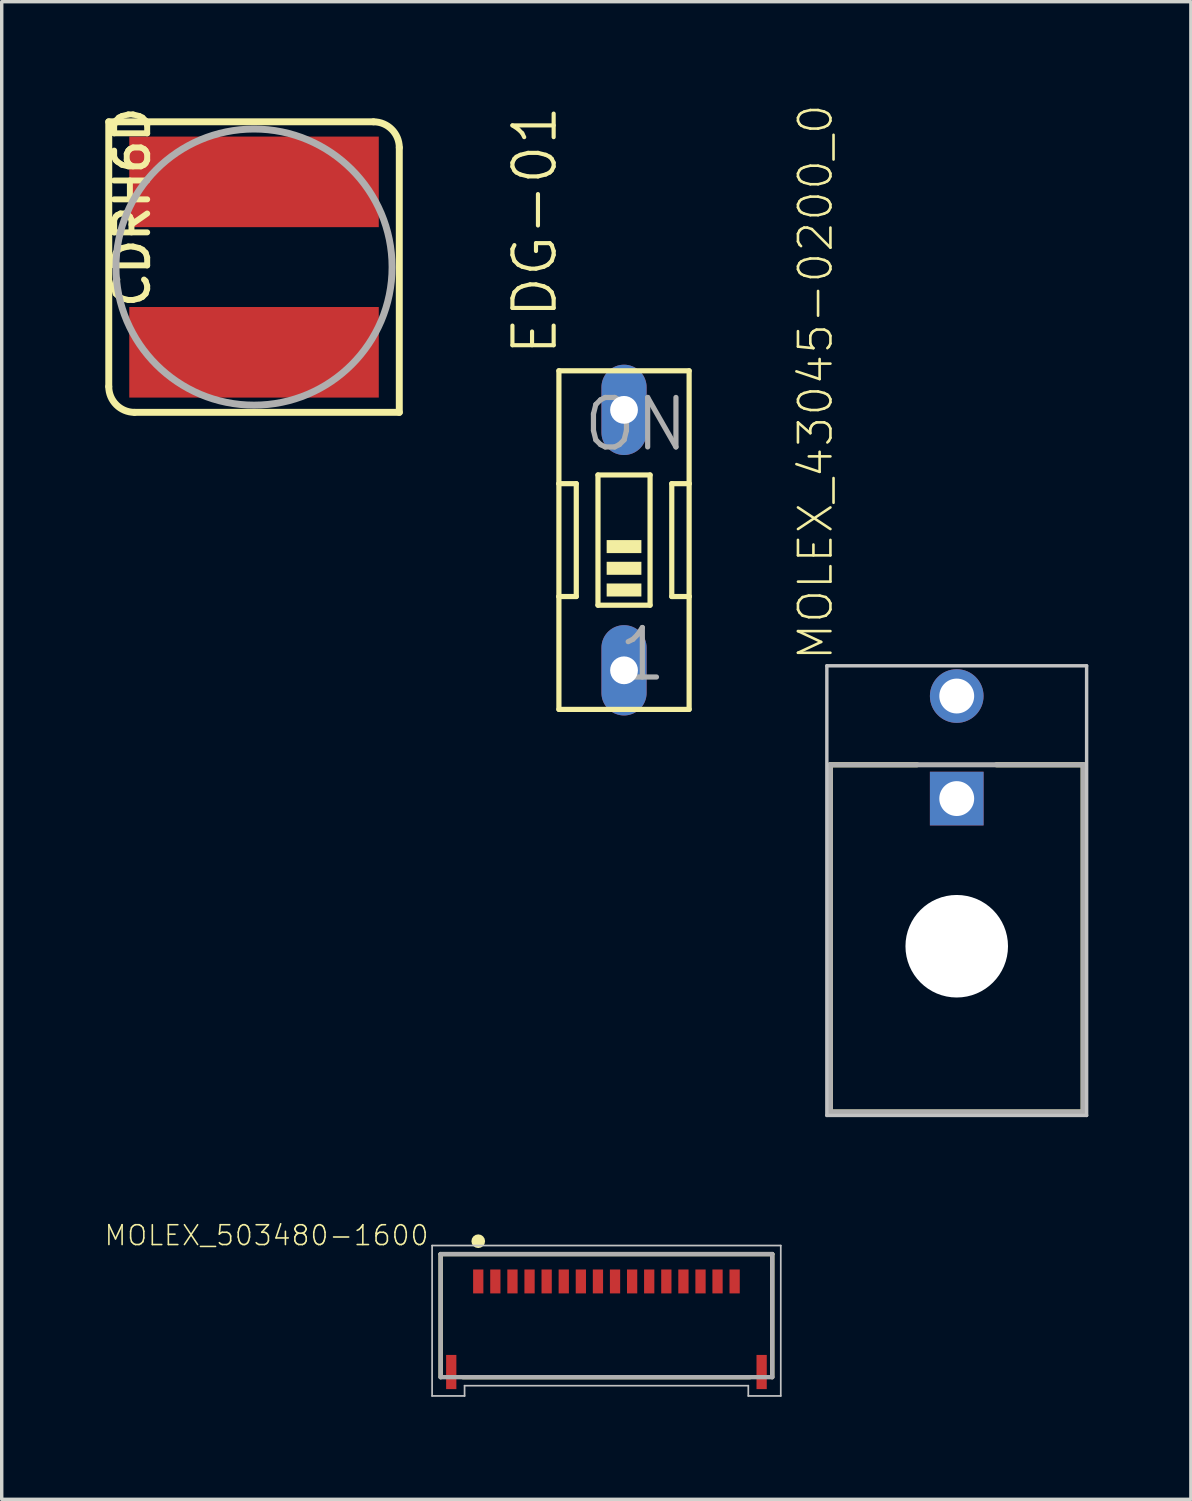
<source format=kicad_pcb>
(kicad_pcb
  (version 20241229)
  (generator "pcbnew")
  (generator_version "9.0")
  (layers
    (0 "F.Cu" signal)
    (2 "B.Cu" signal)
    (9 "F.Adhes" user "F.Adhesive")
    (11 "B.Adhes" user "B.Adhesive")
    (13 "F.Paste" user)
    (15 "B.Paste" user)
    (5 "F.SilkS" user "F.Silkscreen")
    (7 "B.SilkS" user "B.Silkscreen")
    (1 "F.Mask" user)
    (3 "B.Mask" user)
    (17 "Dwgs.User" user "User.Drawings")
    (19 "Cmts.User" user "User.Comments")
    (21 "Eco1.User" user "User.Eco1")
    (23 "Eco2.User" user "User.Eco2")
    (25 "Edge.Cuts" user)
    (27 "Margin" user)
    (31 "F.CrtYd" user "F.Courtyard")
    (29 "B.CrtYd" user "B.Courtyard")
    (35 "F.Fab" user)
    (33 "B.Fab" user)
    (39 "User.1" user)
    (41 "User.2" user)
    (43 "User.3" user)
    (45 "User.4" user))
  (footprint "MOLEX_503480-1600"
    (layer "F.Cu")
    (at 11.692 35.766)
    (property "Reference" "MOLEX_503480-1600" (at -2.163 -3.01 180) (layer "F.SilkS") (effects (font (size 0.58 0.58) (thickness 0.046)) (justify right top)))
    (attr through_hole)
    (fp_line (start -1.85 -2.125) (end 7.851 -2.125) (stroke (width 0.127) (type solid)) (layer "F.SilkS"))
    (fp_line (start -1.85 1.475) (end -1.85 -2.125) (stroke (width 0.127) (type solid)) (layer "F.SilkS"))
    (fp_line (start -1.2 1.475) (end 7.201 1.475) (stroke (width 0.127) (type solid)) (layer "F.SilkS"))
    (fp_line (start 7.851 -2.125) (end 7.851 1.475) (stroke (width 0.127) (type solid)) (layer "F.SilkS"))
    (fp_circle (center -0.75 -2.502) (end -0.65 -2.502) (stroke (width 0.2) (type solid)) (fill no) (layer "F.SilkS"))
    (fp_line (start -2.1 -2.375) (end -2.1 2.025) (stroke (width 0.05) (type solid)) (layer "Dwgs.User"))
    (fp_line (start -2.1 2.025) (end -1.15 2.025) (stroke (width 0.05) (type solid)) (layer "Dwgs.User"))
    (fp_line (start -1.15 1.725) (end 7.151 1.725) (stroke (width 0.05) (type solid)) (layer "Dwgs.User"))
    (fp_line (start -1.15 2.025) (end -1.15 1.725) (stroke (width 0.05) (type solid)) (layer "Dwgs.User"))
    (fp_line (start 7.151 1.725) (end 7.151 2.025) (stroke (width 0.05) (type solid)) (layer "Dwgs.User"))
    (fp_line (start 7.151 2.025) (end 8.101 2.025) (stroke (width 0.05) (type solid)) (layer "Dwgs.User"))
    (fp_line (start 8.101 -2.375) (end -2.1 -2.375) (stroke (width 0.05) (type solid)) (layer "Dwgs.User"))
    (fp_line (start 8.101 2.025) (end 8.101 -2.375) (stroke (width 0.05) (type solid)) (layer "Dwgs.User"))
    (fp_line (start -1.85 -2.125) (end -1.85 1.475) (stroke (width 0.127) (type solid)) (layer "F.Fab"))
    (fp_line (start -1.85 1.475) (end 7.851 1.475) (stroke (width 0.127) (type solid)) (layer "F.Fab"))
    (fp_line (start 7.851 -2.125) (end -1.85 -2.125) (stroke (width 0.127) (type solid)) (layer "F.Fab"))
    (fp_line (start 7.851 1.475) (end 7.851 -2.125) (stroke (width 0.127) (type solid)) (layer "F.Fab"))
    (pad "1" smd rect (at -0.75 -1.325) (size 0.3 0.7) (layers "F.Cu" "F.Mask" "F.Paste"))
    (pad "2" smd rect (at -0.25 -1.325) (size 0.3 0.7) (layers "F.Cu" "F.Mask" "F.Paste"))
    (pad "3" smd rect (at 0.251 -1.325) (size 0.3 0.7) (layers "F.Cu" "F.Mask" "F.Paste"))
    (pad "4" smd rect (at 0.751 -1.325) (size 0.3 0.7) (layers "F.Cu" "F.Mask" "F.Paste"))
    (pad "5" smd rect (at 1.251 -1.325) (size 0.3 0.7) (layers "F.Cu" "F.Mask" "F.Paste"))
    (pad "6" smd rect (at 1.752 -1.325) (size 0.3 0.7) (layers "F.Cu" "F.Mask" "F.Paste"))
    (pad "7" smd rect (at 2.252 -1.325) (size 0.3 0.7) (layers "F.Cu" "F.Mask" "F.Paste"))
    (pad "8" smd rect (at 2.752 -1.325) (size 0.3 0.7) (layers "F.Cu" "F.Mask" "F.Paste"))
    (pad "9" smd rect (at 3.252 -1.325) (size 0.3 0.7) (layers "F.Cu" "F.Mask" "F.Paste"))
    (pad "10" smd rect (at 3.752 -1.325) (size 0.3 0.7) (layers "F.Cu" "F.Mask" "F.Paste"))
    (pad "11" smd rect (at 4.252 -1.325) (size 0.3 0.7) (layers "F.Cu" "F.Mask" "F.Paste"))
    (pad "12" smd rect (at 4.753 -1.325) (size 0.3 0.7) (layers "F.Cu" "F.Mask" "F.Paste"))
    (pad "13" smd rect (at 5.253 -1.325) (size 0.3 0.7) (layers "F.Cu" "F.Mask" "F.Paste"))
    (pad "14" smd rect (at 5.753 -1.325) (size 0.3 0.7) (layers "F.Cu" "F.Mask" "F.Paste"))
    (pad "15" smd rect (at 6.251 -1.325) (size 0.3 0.7) (layers "F.Cu" "F.Mask" "F.Paste"))
    (pad "16" smd rect (at 6.751 -1.325) (size 0.3 0.7) (layers "F.Cu" "F.Mask" "F.Paste"))
    (pad "S1" smd rect (at -1.54 1.325) (size 0.3 1) (layers "F.Cu" "F.Mask" "F.Paste"))
    (pad "S2" smd rect (at 7.541 1.325) (size 0.3 1) (layers "F.Cu" "F.Mask" "F.Paste")))
  (footprint "EDG-01"
    (layer "F.Cu")
    (at 15.207 12.751)
    (property "Reference" "EDG-01" (at -1.905 -5.334 90) (layer "F.SilkS") (effects (font (size 1.206 1.206) (thickness 0.121)) (justify left bottom)))
    (attr through_hole)
    (fp_line (start -1.905 -4.953) (end -1.905 -1.651) (stroke (width 0.152) (type solid)) (layer "F.SilkS"))
    (fp_line (start -1.905 -1.651) (end -1.905 1.651) (stroke (width 0.152) (type solid)) (layer "F.SilkS"))
    (fp_line (start -1.905 1.651) (end -1.905 4.953) (stroke (width 0.152) (type solid)) (layer "F.SilkS"))
    (fp_line (start -1.905 1.651) (end -1.397 1.651) (stroke (width 0.152) (type solid)) (layer "F.SilkS"))
    (fp_line (start -1.905 4.953) (end 1.905 4.953) (stroke (width 0.152) (type solid)) (layer "F.SilkS"))
    (fp_line (start -1.397 -1.651) (end -1.905 -1.651) (stroke (width 0.152) (type solid)) (layer "F.SilkS"))
    (fp_line (start -1.397 1.651) (end -1.397 -1.651) (stroke (width 0.152) (type solid)) (layer "F.SilkS"))
    (fp_line (start -0.762 -1.905) (end -0.762 1.905) (stroke (width 0.152) (type solid)) (layer "F.SilkS"))
    (fp_line (start -0.762 -1.905) (end 0.762 -1.905) (stroke (width 0.152) (type solid)) (layer "F.SilkS"))
    (fp_line (start 0.762 1.905) (end -0.762 1.905) (stroke (width 0.152) (type solid)) (layer "F.SilkS"))
    (fp_line (start 0.762 1.905) (end 0.762 -1.905) (stroke (width 0.152) (type solid)) (layer "F.SilkS"))
    (fp_line (start 1.397 -1.651) (end 1.397 1.651) (stroke (width 0.152) (type solid)) (layer "F.SilkS"))
    (fp_line (start 1.397 1.651) (end 1.905 1.651) (stroke (width 0.152) (type solid)) (layer "F.SilkS"))
    (fp_line (start 1.905 -4.953) (end -1.905 -4.953) (stroke (width 0.152) (type solid)) (layer "F.SilkS"))
    (fp_line (start 1.905 -1.651) (end 1.397 -1.651) (stroke (width 0.152) (type solid)) (layer "F.SilkS"))
    (fp_line (start 1.905 -1.651) (end 1.905 -4.953) (stroke (width 0.152) (type solid)) (layer "F.SilkS"))
    (fp_line (start 1.905 1.651) (end 1.905 -1.651) (stroke (width 0.152) (type solid)) (layer "F.SilkS"))
    (fp_line (start 1.905 4.953) (end 1.905 1.651) (stroke (width 0.152) (type solid)) (layer "F.SilkS"))
    (fp_poly (pts (xy -0.508 0.381) (xy 0.508 0.381) (xy 0.508 0) (xy -0.508 0)) (stroke (width 0) (type solid)) (fill yes) (layer "F.SilkS"))
    (fp_poly (pts (xy -0.508 1.016) (xy 0.508 1.016) (xy 0.508 0.635) (xy -0.508 0.635)) (stroke (width 0) (type solid)) (fill yes) (layer "F.SilkS"))
    (fp_poly (pts (xy -0.508 1.651) (xy 0.508 1.651) (xy 0.508 1.27) (xy -0.508 1.27)) (stroke (width 0) (type solid)) (fill yes) (layer "F.SilkS"))
    (fp_text user "ON" (at -1.27 -2.54 0) (layer "F.Fab") (effects (font (size 1.448 1.448) (thickness 0.152)) (justify left bottom)))
    (fp_text user "1" (at -0.254 4.191 0) (layer "F.Fab") (effects (font (size 1.448 1.448) (thickness 0.152)) (justify left bottom)))
    (pad "1" thru_hole oval (at 0 3.81 90) (size 2.642 1.321) (drill 0.813) (layers "*.Cu" "*.Mask"))
    (pad "2" thru_hole oval (at 0 -3.81 90) (size 2.642 1.321) (drill 0.813) (layers "*.Cu" "*.Mask")))
  (footprint "MOLEX_43045-0200_0"
    (layer "F.Cu")
    (at 24.941 24.279)
    (property "Reference" "MOLEX_43045-0200_0" (at -3.575 -7.955 90) (layer "F.SilkS") (effects (font (size 0.95 0.95) (thickness 0.076)) (justify left bottom)))
    (attr through_hole)
    (fp_line (start -3.7 -4.955) (end -1.16 -4.955) (stroke (width 0.15) (type solid)) (layer "F.SilkS"))
    (fp_line (start -3.7 5.205) (end -3.7 -4.955) (stroke (width 0.15) (type solid)) (layer "F.SilkS"))
    (fp_line (start -3.7 5.205) (end 3.7 5.205) (stroke (width 0.15) (type solid)) (layer "F.SilkS"))
    (fp_line (start 1.16 -4.955) (end 3.7 -4.955) (stroke (width 0.15) (type solid)) (layer "F.SilkS"))
    (fp_line (start 3.7 5.205) (end 3.7 -4.955) (stroke (width 0.15) (type solid)) (layer "F.SilkS"))
    (fp_line (start -3.8 -7.85) (end 3.8 -7.85) (stroke (width 0.1) (type solid)) (layer "Dwgs.User"))
    (fp_line (start -3.8 5.305) (end -3.8 -7.85) (stroke (width 0.1) (type solid)) (layer "Dwgs.User"))
    (fp_line (start 3.8 -7.85) (end 3.8 5.305) (stroke (width 0.1) (type solid)) (layer "Dwgs.User"))
    (fp_line (start 3.8 5.305) (end -3.8 5.305) (stroke (width 0.1) (type solid)) (layer "Dwgs.User"))
    (fp_line (start -3.7 -4.955) (end 3.7 -4.955) (stroke (width 0.15) (type solid)) (layer "F.Fab"))
    (fp_line (start -3.7 5.205) (end -3.7 -4.955) (stroke (width 0.15) (type solid)) (layer "F.Fab"))
    (fp_line (start 3.7 -4.955) (end 3.7 5.205) (stroke (width 0.15) (type solid)) (layer "F.Fab"))
    (fp_line (start 3.7 5.205) (end -3.7 5.205) (stroke (width 0.15) (type solid)) (layer "F.Fab"))
    (pad "" np_thru_hole circle (at 0 0.355) (size 3 3) (drill 3) (layers "*.Cu" "*.Mask"))
    (pad "1" thru_hole rect (at 0 -3.965) (size 1.57 1.57) (drill 1.02) (layers "*.Cu" "*.Mask"))
    (pad "2" thru_hole circle (at 0 -6.965) (size 1.57 1.57) (drill 1.02) (layers "*.Cu" "*.Mask")))
  (footprint "CDRH6D"
    (layer "F.Cu")
    (at 4.382 4.764)
    (property "Reference" "CDRH6D" (at -4.129 -4.764 90) (layer "F.SilkS") (effects (font (size 0.966 0.966) (thickness 0.174)) (justify right top)))
    (attr through_hole)
    (fp_line (start -4.25 -4.25) (end 3.496 -4.25) (stroke (width 0.203) (type solid)) (layer "F.SilkS"))
    (fp_line (start -4.25 3.496) (end -4.25 -4.25) (stroke (width 0.203) (type solid)) (layer "F.SilkS"))
    (fp_line (start 4.25 -3.496) (end 4.25 4.25) (stroke (width 0.203) (type solid)) (layer "F.SilkS"))
    (fp_line (start 4.25 4.25) (end -3.496 4.25) (stroke (width 0.203) (type solid)) (layer "F.SilkS"))
    (fp_arc (start -3.496 4.25) (mid -4.029159 4.029159) (end -4.25 3.496) (stroke (width 0.2032) (type solid)) (layer "F.SilkS"))
    (fp_arc (start 3.496 -4.25) (mid 4.029159 -4.029159) (end 4.25 -3.496) (stroke (width 0.2032) (type solid)) (layer "F.SilkS"))
    (fp_circle (center 0 0) (end 4.039 0) (stroke (width 0.203) (type solid)) (fill no) (layer "F.Fab"))
    (pad "1" smd rect (at 0 -2.493) (size 7.3 2.65) (layers "F.Cu" "F.Mask" "F.Paste"))
    (pad "2" smd rect (at 0 2.493) (size 7.3 2.65) (layers "F.Cu" "F.Mask" "F.Paste")))
  (gr_rect
    (start -3 -3)
    (end 31.791 40.816)
    (stroke (width 0.1) (type default))
    (fill no)
    (layer "Edge.Cuts")))
</source>
